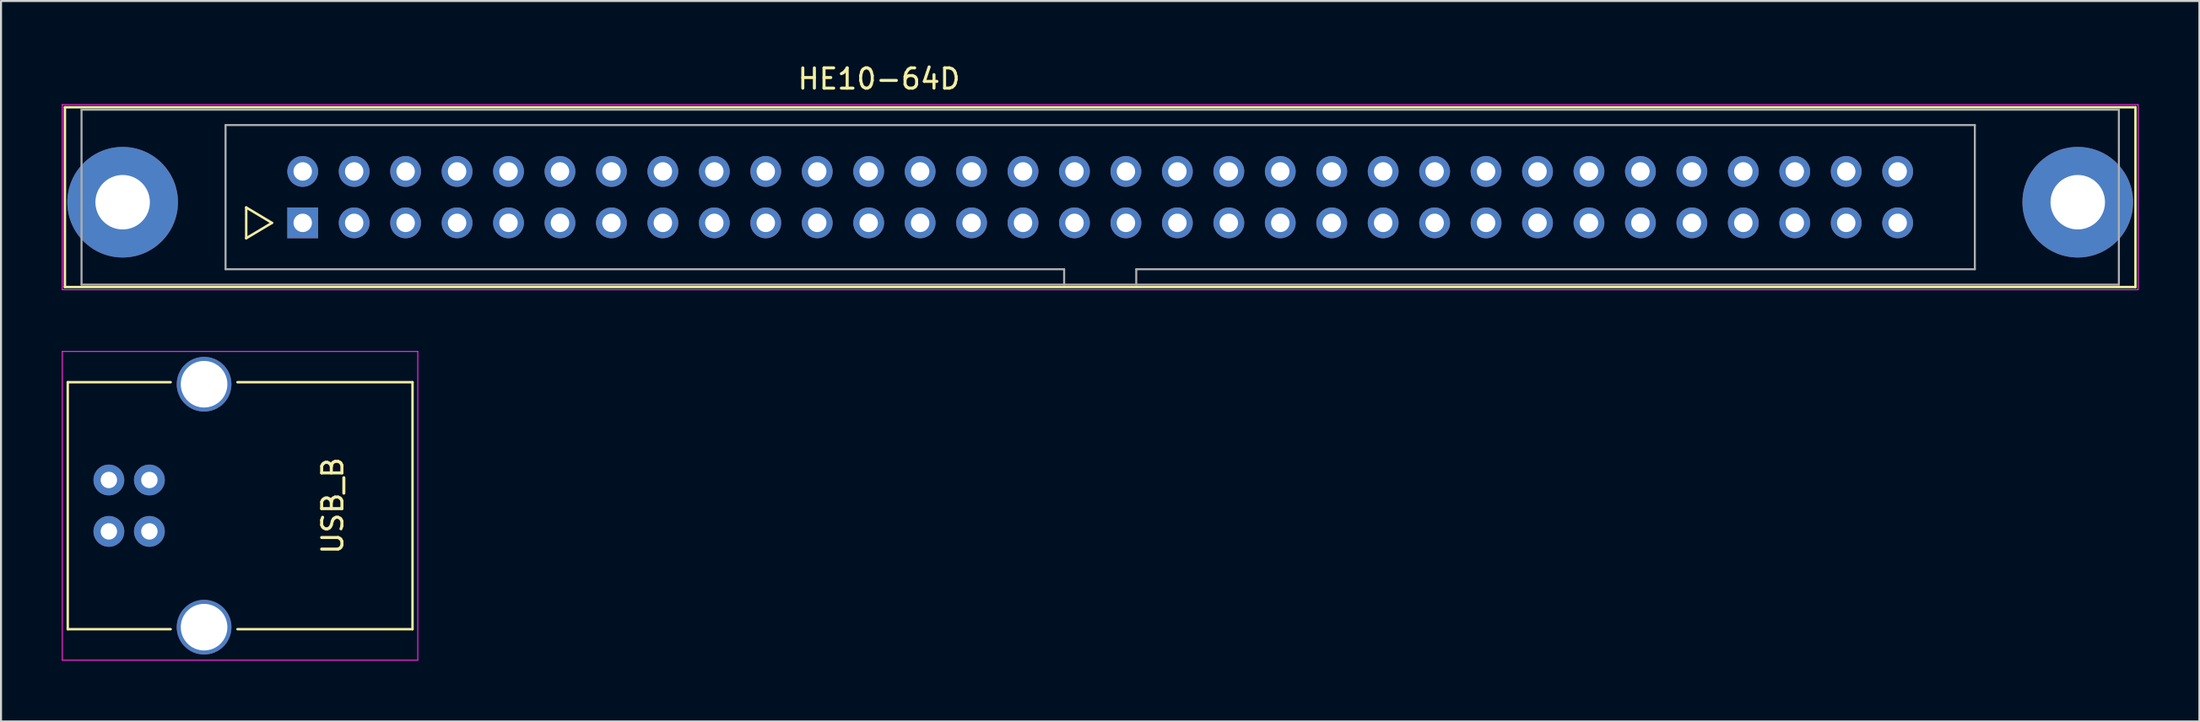
<source format=kicad_pcb>
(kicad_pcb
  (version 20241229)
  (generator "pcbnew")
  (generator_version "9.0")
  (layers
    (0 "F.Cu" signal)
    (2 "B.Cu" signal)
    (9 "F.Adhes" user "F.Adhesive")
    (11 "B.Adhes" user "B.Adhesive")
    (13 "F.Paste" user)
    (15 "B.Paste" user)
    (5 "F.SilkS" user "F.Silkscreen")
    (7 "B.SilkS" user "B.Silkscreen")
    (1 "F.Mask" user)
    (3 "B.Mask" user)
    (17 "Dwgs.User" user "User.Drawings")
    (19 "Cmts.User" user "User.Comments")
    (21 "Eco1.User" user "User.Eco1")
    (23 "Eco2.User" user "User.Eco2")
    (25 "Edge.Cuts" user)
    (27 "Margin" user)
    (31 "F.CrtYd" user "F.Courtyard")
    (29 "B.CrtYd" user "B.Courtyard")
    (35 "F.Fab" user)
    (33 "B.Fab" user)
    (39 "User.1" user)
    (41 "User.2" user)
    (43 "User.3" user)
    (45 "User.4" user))
  (footprint "USB_B"
    (layer "F.Cu")
    (at 2.325 20.658)
    (property "Reference" "USB_B" (at 11.05 1.27 90) (layer "F.SilkS") (effects (font (size 1 1) (thickness 0.15))))
    (attr through_hole)
    (fp_line (start -2.03 -4.83) (end 3.05 -4.83) (stroke (width 0.12) (type solid)) (layer "F.SilkS"))
    (fp_line (start -2.03 7.37) (end -2.03 -4.83) (stroke (width 0.12) (type solid)) (layer "F.SilkS"))
    (fp_line (start -2.03 7.37) (end 3.05 7.37) (stroke (width 0.12) (type solid)) (layer "F.SilkS"))
    (fp_line (start 6.35 -4.83) (end 14.99 -4.83) (stroke (width 0.12) (type solid)) (layer "F.SilkS"))
    (fp_line (start 6.35 7.37) (end 14.99 7.37) (stroke (width 0.12) (type solid)) (layer "F.SilkS"))
    (fp_line (start 14.99 -4.83) (end 14.99 7.37) (stroke (width 0.12) (type solid)) (layer "F.SilkS"))
    (fp_line (start -2.3 -6.35) (end 15.25 -6.35) (stroke (width 0.05) (type solid)) (layer "F.CrtYd"))
    (fp_line (start -2.3 8.9) (end -2.3 -6.35) (stroke (width 0.05) (type solid)) (layer "F.CrtYd"))
    (fp_line (start 15.25 -6.35) (end 15.25 8.9) (stroke (width 0.05) (type solid)) (layer "F.CrtYd"))
    (fp_line (start 15.25 8.9) (end -2.3 8.9) (stroke (width 0.05) (type solid)) (layer "F.CrtYd"))
    (pad "1" thru_hole circle (at 0 0 270) (size 1.52 1.52) (drill 0.81) (layers "*.Cu" "*.Mask"))
    (pad "2" thru_hole circle (at 0 2.54 270) (size 1.52 1.52) (drill 0.81) (layers "*.Cu" "*.Mask"))
    (pad "3" thru_hole circle (at 2 2.54 270) (size 1.52 1.52) (drill 0.81) (layers "*.Cu" "*.Mask"))
    (pad "4" thru_hole circle (at 2 0 270) (size 1.52 1.52) (drill 0.81) (layers "*.Cu" "*.Mask"))
    (pad "5" thru_hole circle (at 4.7 -4.73 270) (size 2.7 2.7) (drill 2.3) (layers "*.Cu" "*.Mask"))
    (pad "5" thru_hole circle (at 4.7 7.27 270) (size 2.7 2.7) (drill 2.3) (layers "*.Cu" "*.Mask")))
  (footprint "HE10-64D"
    (layer "F.Cu")
    (at 11.895 7.958)
    (property "Reference" "HE10-64D" (at 28.45 -7.11 0) (layer "F.SilkS") (effects (font (size 1 1) (thickness 0.15))))
    (attr through_hole)
    (fp_line (start -11.74 -5.71) (end -11.74 3.17) (stroke (width 0.12) (type solid)) (layer "F.SilkS"))
    (fp_line (start -11.74 -5.71) (end 90.48 -5.71) (stroke (width 0.12) (type solid)) (layer "F.SilkS"))
    (fp_line (start -2.79 -0.76) (end -2.79 0.76) (stroke (width 0.12) (type solid)) (layer "F.SilkS"))
    (fp_line (start -2.79 0.76) (end -1.52 0) (stroke (width 0.12) (type solid)) (layer "F.SilkS"))
    (fp_line (start -1.52 0) (end -2.79 -0.76) (stroke (width 0.12) (type solid)) (layer "F.SilkS"))
    (fp_line (start 90.48 3.17) (end -11.74 3.17) (stroke (width 0.12) (type solid)) (layer "F.SilkS"))
    (fp_line (start 90.48 3.17) (end 90.48 -5.71) (stroke (width 0.12) (type solid)) (layer "F.SilkS"))
    (fp_line (start -11.87 -5.84) (end -11.87 3.3) (stroke (width 0.05) (type solid)) (layer "F.CrtYd"))
    (fp_line (start -11.87 -5.84) (end 90.61 -5.84) (stroke (width 0.05) (type solid)) (layer "F.CrtYd"))
    (fp_line (start 90.61 3.3) (end -11.87 3.3) (stroke (width 0.05) (type solid)) (layer "F.CrtYd"))
    (fp_line (start 90.61 3.3) (end 90.61 -5.84) (stroke (width 0.05) (type solid)) (layer "F.CrtYd"))
    (fp_line (start -10.92 -5.59) (end -10.92 3.05) (stroke (width 0.1) (type solid)) (layer "F.Fab"))
    (fp_line (start -10.92 3.05) (end 89.66 3.05) (stroke (width 0.1) (type solid)) (layer "F.Fab"))
    (fp_line (start -3.81 -4.83) (end 82.55 -4.83) (stroke (width 0.1) (type solid)) (layer "F.Fab"))
    (fp_line (start -3.81 2.29) (end -3.81 -4.83) (stroke (width 0.1) (type solid)) (layer "F.Fab"))
    (fp_line (start 37.59 2.29) (end -3.81 2.29) (stroke (width 0.1) (type solid)) (layer "F.Fab"))
    (fp_line (start 37.59 3.05) (end 37.59 2.29) (stroke (width 0.1) (type solid)) (layer "F.Fab"))
    (fp_line (start 41.15 2.29) (end 41.15 3.05) (stroke (width 0.1) (type solid)) (layer "F.Fab"))
    (fp_line (start 82.55 -4.83) (end 82.55 2.29) (stroke (width 0.1) (type solid)) (layer "F.Fab"))
    (fp_line (start 82.55 2.29) (end 41.15 2.29) (stroke (width 0.1) (type solid)) (layer "F.Fab"))
    (fp_line (start 89.66 -5.59) (end -10.92 -5.59) (stroke (width 0.1) (type solid)) (layer "F.Fab"))
    (fp_line (start 89.66 3.05) (end 89.66 -5.59) (stroke (width 0.1) (type solid)) (layer "F.Fab"))
    (pad "" thru_hole circle (at -8.89 -1.02) (size 5.46 5.46) (drill 2.69) (layers "*.Cu" "*.Mask"))
    (pad "" thru_hole circle (at 87.63 -1.02) (size 5.46 5.46) (drill 2.69) (layers "*.Cu" "*.Mask"))
    (pad "1" thru_hole rect (at 0 0) (size 1.52 1.52) (drill 0.91) (layers "*.Cu" "*.Mask"))
    (pad "2" thru_hole circle (at 0 -2.54) (size 1.52 1.52) (drill 0.91) (layers "*.Cu" "*.Mask"))
    (pad "3" thru_hole circle (at 2.54 0) (size 1.52 1.52) (drill 0.91) (layers "*.Cu" "*.Mask"))
    (pad "4" thru_hole circle (at 2.54 -2.54) (size 1.52 1.52) (drill 0.91) (layers "*.Cu" "*.Mask"))
    (pad "5" thru_hole circle (at 5.08 0) (size 1.52 1.52) (drill 0.91) (layers "*.Cu" "*.Mask"))
    (pad "6" thru_hole circle (at 5.08 -2.54) (size 1.52 1.52) (drill 0.91) (layers "*.Cu" "*.Mask"))
    (pad "7" thru_hole circle (at 7.62 0) (size 1.52 1.52) (drill 0.91) (layers "*.Cu" "*.Mask"))
    (pad "8" thru_hole circle (at 7.62 -2.54) (size 1.52 1.52) (drill 0.91) (layers "*.Cu" "*.Mask"))
    (pad "9" thru_hole circle (at 10.16 0) (size 1.52 1.52) (drill 0.91) (layers "*.Cu" "*.Mask"))
    (pad "10" thru_hole circle (at 10.16 -2.54) (size 1.52 1.52) (drill 0.91) (layers "*.Cu" "*.Mask"))
    (pad "11" thru_hole circle (at 12.7 0) (size 1.52 1.52) (drill 0.91) (layers "*.Cu" "*.Mask"))
    (pad "12" thru_hole circle (at 12.7 -2.54) (size 1.52 1.52) (drill 0.91) (layers "*.Cu" "*.Mask"))
    (pad "13" thru_hole circle (at 15.24 0) (size 1.52 1.52) (drill 0.91) (layers "*.Cu" "*.Mask"))
    (pad "14" thru_hole circle (at 15.24 -2.54) (size 1.52 1.52) (drill 0.91) (layers "*.Cu" "*.Mask"))
    (pad "15" thru_hole circle (at 17.78 0) (size 1.52 1.52) (drill 0.91) (layers "*.Cu" "*.Mask"))
    (pad "16" thru_hole circle (at 17.78 -2.54) (size 1.52 1.52) (drill 0.91) (layers "*.Cu" "*.Mask"))
    (pad "17" thru_hole circle (at 20.32 0) (size 1.52 1.52) (drill 0.91) (layers "*.Cu" "*.Mask"))
    (pad "18" thru_hole circle (at 20.32 -2.54) (size 1.52 1.52) (drill 0.91) (layers "*.Cu" "*.Mask"))
    (pad "19" thru_hole circle (at 22.86 0) (size 1.52 1.52) (drill 0.91) (layers "*.Cu" "*.Mask"))
    (pad "20" thru_hole circle (at 22.86 -2.54) (size 1.52 1.52) (drill 0.91) (layers "*.Cu" "*.Mask"))
    (pad "21" thru_hole circle (at 25.4 0) (size 1.52 1.52) (drill 0.91) (layers "*.Cu" "*.Mask"))
    (pad "22" thru_hole circle (at 25.4 -2.54) (size 1.52 1.52) (drill 0.91) (layers "*.Cu" "*.Mask"))
    (pad "23" thru_hole circle (at 27.94 0) (size 1.52 1.52) (drill 0.91) (layers "*.Cu" "*.Mask"))
    (pad "24" thru_hole circle (at 27.94 -2.54) (size 1.52 1.52) (drill 0.91) (layers "*.Cu" "*.Mask"))
    (pad "25" thru_hole circle (at 30.48 0) (size 1.52 1.52) (drill 0.91) (layers "*.Cu" "*.Mask"))
    (pad "26" thru_hole circle (at 30.48 -2.54) (size 1.52 1.52) (drill 0.91) (layers "*.Cu" "*.Mask"))
    (pad "27" thru_hole circle (at 33.02 0) (size 1.52 1.52) (drill 0.91) (layers "*.Cu" "*.Mask"))
    (pad "28" thru_hole circle (at 33.02 -2.54) (size 1.52 1.52) (drill 0.91) (layers "*.Cu" "*.Mask"))
    (pad "29" thru_hole circle (at 35.56 0) (size 1.52 1.52) (drill 0.91) (layers "*.Cu" "*.Mask"))
    (pad "30" thru_hole circle (at 35.56 -2.54) (size 1.52 1.52) (drill 0.91) (layers "*.Cu" "*.Mask"))
    (pad "31" thru_hole circle (at 38.1 0) (size 1.52 1.52) (drill 0.91) (layers "*.Cu" "*.Mask"))
    (pad "32" thru_hole circle (at 38.1 -2.54) (size 1.52 1.52) (drill 0.91) (layers "*.Cu" "*.Mask"))
    (pad "33" thru_hole circle (at 40.64 0) (size 1.52 1.52) (drill 0.91) (layers "*.Cu" "*.Mask"))
    (pad "34" thru_hole circle (at 40.64 -2.54) (size 1.52 1.52) (drill 0.91) (layers "*.Cu" "*.Mask"))
    (pad "35" thru_hole circle (at 43.18 0) (size 1.52 1.52) (drill 0.91) (layers "*.Cu" "*.Mask"))
    (pad "36" thru_hole circle (at 43.18 -2.54) (size 1.52 1.52) (drill 0.91) (layers "*.Cu" "*.Mask"))
    (pad "37" thru_hole circle (at 45.72 0) (size 1.52 1.52) (drill 0.91) (layers "*.Cu" "*.Mask"))
    (pad "38" thru_hole circle (at 45.72 -2.54) (size 1.52 1.52) (drill 0.91) (layers "*.Cu" "*.Mask"))
    (pad "39" thru_hole circle (at 48.26 0) (size 1.52 1.52) (drill 0.91) (layers "*.Cu" "*.Mask"))
    (pad "40" thru_hole circle (at 48.26 -2.54) (size 1.52 1.52) (drill 0.91) (layers "*.Cu" "*.Mask"))
    (pad "41" thru_hole circle (at 50.8 0) (size 1.52 1.52) (drill 0.91) (layers "*.Cu" "*.Mask"))
    (pad "42" thru_hole circle (at 50.8 -2.54) (size 1.52 1.52) (drill 0.91) (layers "*.Cu" "*.Mask"))
    (pad "43" thru_hole circle (at 53.34 0) (size 1.52 1.52) (drill 0.91) (layers "*.Cu" "*.Mask"))
    (pad "44" thru_hole circle (at 53.34 -2.54) (size 1.52 1.52) (drill 0.91) (layers "*.Cu" "*.Mask"))
    (pad "45" thru_hole circle (at 55.88 0) (size 1.52 1.52) (drill 0.91) (layers "*.Cu" "*.Mask"))
    (pad "46" thru_hole circle (at 55.88 -2.54) (size 1.52 1.52) (drill 0.91) (layers "*.Cu" "*.Mask"))
    (pad "47" thru_hole circle (at 58.42 0) (size 1.52 1.52) (drill 0.91) (layers "*.Cu" "*.Mask"))
    (pad "48" thru_hole circle (at 58.42 -2.54) (size 1.52 1.52) (drill 0.91) (layers "*.Cu" "*.Mask"))
    (pad "49" thru_hole circle (at 60.96 0) (size 1.52 1.52) (drill 0.91) (layers "*.Cu" "*.Mask"))
    (pad "50" thru_hole circle (at 60.96 -2.54) (size 1.52 1.52) (drill 0.91) (layers "*.Cu" "*.Mask"))
    (pad "51" thru_hole circle (at 63.5 0) (size 1.52 1.52) (drill 0.91) (layers "*.Cu" "*.Mask"))
    (pad "52" thru_hole circle (at 63.5 -2.54) (size 1.52 1.52) (drill 0.91) (layers "*.Cu" "*.Mask"))
    (pad "53" thru_hole circle (at 66.04 0) (size 1.52 1.52) (drill 0.91) (layers "*.Cu" "*.Mask"))
    (pad "54" thru_hole circle (at 66.04 -2.54) (size 1.52 1.52) (drill 0.91) (layers "*.Cu" "*.Mask"))
    (pad "55" thru_hole circle (at 68.58 0) (size 1.52 1.52) (drill 0.91) (layers "*.Cu" "*.Mask"))
    (pad "56" thru_hole circle (at 68.58 -2.54) (size 1.52 1.52) (drill 0.91) (layers "*.Cu" "*.Mask"))
    (pad "57" thru_hole circle (at 71.12 0) (size 1.52 1.52) (drill 0.91) (layers "*.Cu" "*.Mask"))
    (pad "58" thru_hole circle (at 71.12 -2.54) (size 1.52 1.52) (drill 0.91) (layers "*.Cu" "*.Mask"))
    (pad "59" thru_hole circle (at 73.66 0) (size 1.52 1.52) (drill 0.91) (layers "*.Cu" "*.Mask"))
    (pad "60" thru_hole circle (at 73.66 -2.54) (size 1.52 1.52) (drill 0.91) (layers "*.Cu" "*.Mask"))
    (pad "61" thru_hole circle (at 76.2 0) (size 1.52 1.52) (drill 0.91) (layers "*.Cu" "*.Mask"))
    (pad "62" thru_hole circle (at 76.2 -2.54) (size 1.52 1.52) (drill 0.91) (layers "*.Cu" "*.Mask"))
    (pad "63" thru_hole circle (at 78.74 0) (size 1.52 1.52) (drill 0.91) (layers "*.Cu" "*.Mask"))
    (pad "64" thru_hole circle (at 78.74 -2.54) (size 1.52 1.52) (drill 0.91) (layers "*.Cu" "*.Mask")))
  (gr_rect
    (start -3 -3)
    (end 105.53 32.583)
    (stroke (width 0.1) (type default))
    (fill no)
    (layer "Edge.Cuts")))
</source>
